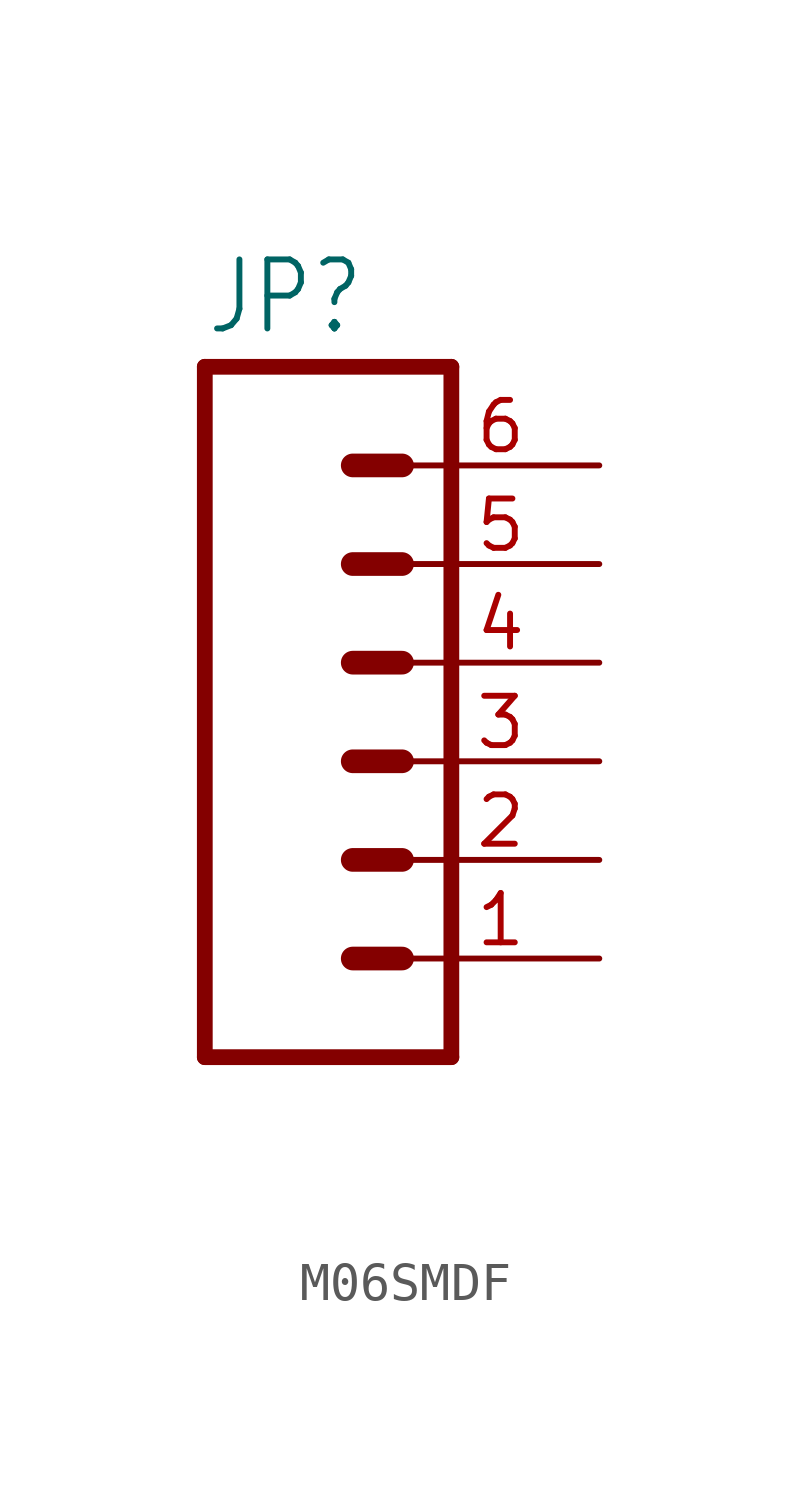
<source format=kicad_sym>
(kicad_symbol_lib
  (version 20231120)
  (generator "kicad_symbol_editor")
  (generator_version "8.0")
  (symbol "M06SMDF"
    (property "Reference" "JP"
      (at -5.08 10.922 0)
      (effects (font (size 1.778 1.511)) (justify left bottom)))
    (property "Value" ""
      (at -5.08 -10.16 0)
      (effects (font (size 1.778 1.511)) (justify left bottom)))
    (property "ki_locked" ""
      (at 0 0 0)
      (effects (font (size 1.27 1.27))))
    (symbol "M06SMDF_1_0"
      (polyline (pts (xy -5.08 10.16) (xy -5.08 -7.62)) (stroke (width 0.406) (type solid)) (fill (type none)))
      (polyline (pts (xy -5.08 10.16) (xy 1.27 10.16)) (stroke (width 0.406) (type solid)) (fill (type none)))
      (polyline (pts (xy -1.27 -5.08) (xy 0 -5.08)) (stroke (width 0.61) (type solid)) (fill (type none)))
      (polyline (pts (xy -1.27 -2.54) (xy 0 -2.54)) (stroke (width 0.61) (type solid)) (fill (type none)))
      (polyline (pts (xy -1.27 0) (xy 0 0)) (stroke (width 0.61) (type solid)) (fill (type none)))
      (polyline (pts (xy -1.27 2.54) (xy 0 2.54)) (stroke (width 0.61) (type solid)) (fill (type none)))
      (polyline (pts (xy -1.27 5.08) (xy 0 5.08)) (stroke (width 0.61) (type solid)) (fill (type none)))
      (polyline (pts (xy -1.27 7.62) (xy 0 7.62)) (stroke (width 0.61) (type solid)) (fill (type none)))
      (polyline (pts (xy 1.27 -7.62) (xy -5.08 -7.62)) (stroke (width 0.406) (type solid)) (fill (type none)))
      (polyline (pts (xy 1.27 -7.62) (xy 1.27 10.16)) (stroke (width 0.406) (type solid)) (fill (type none)))
      (pin passive line (at 5.08 -5.08 180) (length 5.08) (name "1" (effects (font (size 0 0)))) (number "1" (effects (font (size 1.27 1.27)))))
      (pin passive line (at 5.08 -2.54 180) (length 5.08) (name "2" (effects (font (size 0 0)))) (number "2" (effects (font (size 1.27 1.27)))))
      (pin passive line (at 5.08 0 180) (length 5.08) (name "3" (effects (font (size 0 0)))) (number "3" (effects (font (size 1.27 1.27)))))
      (pin passive line (at 5.08 2.54 180) (length 5.08) (name "4" (effects (font (size 0 0)))) (number "4" (effects (font (size 1.27 1.27)))))
      (pin passive line (at 5.08 5.08 180) (length 5.08) (name "5" (effects (font (size 0 0)))) (number "5" (effects (font (size 1.27 1.27)))))
      (pin passive line (at 5.08 7.62 180) (length 5.08) (name "6" (effects (font (size 0 0)))) (number "6" (effects (font (size 1.27 1.27))))))))
</source>
